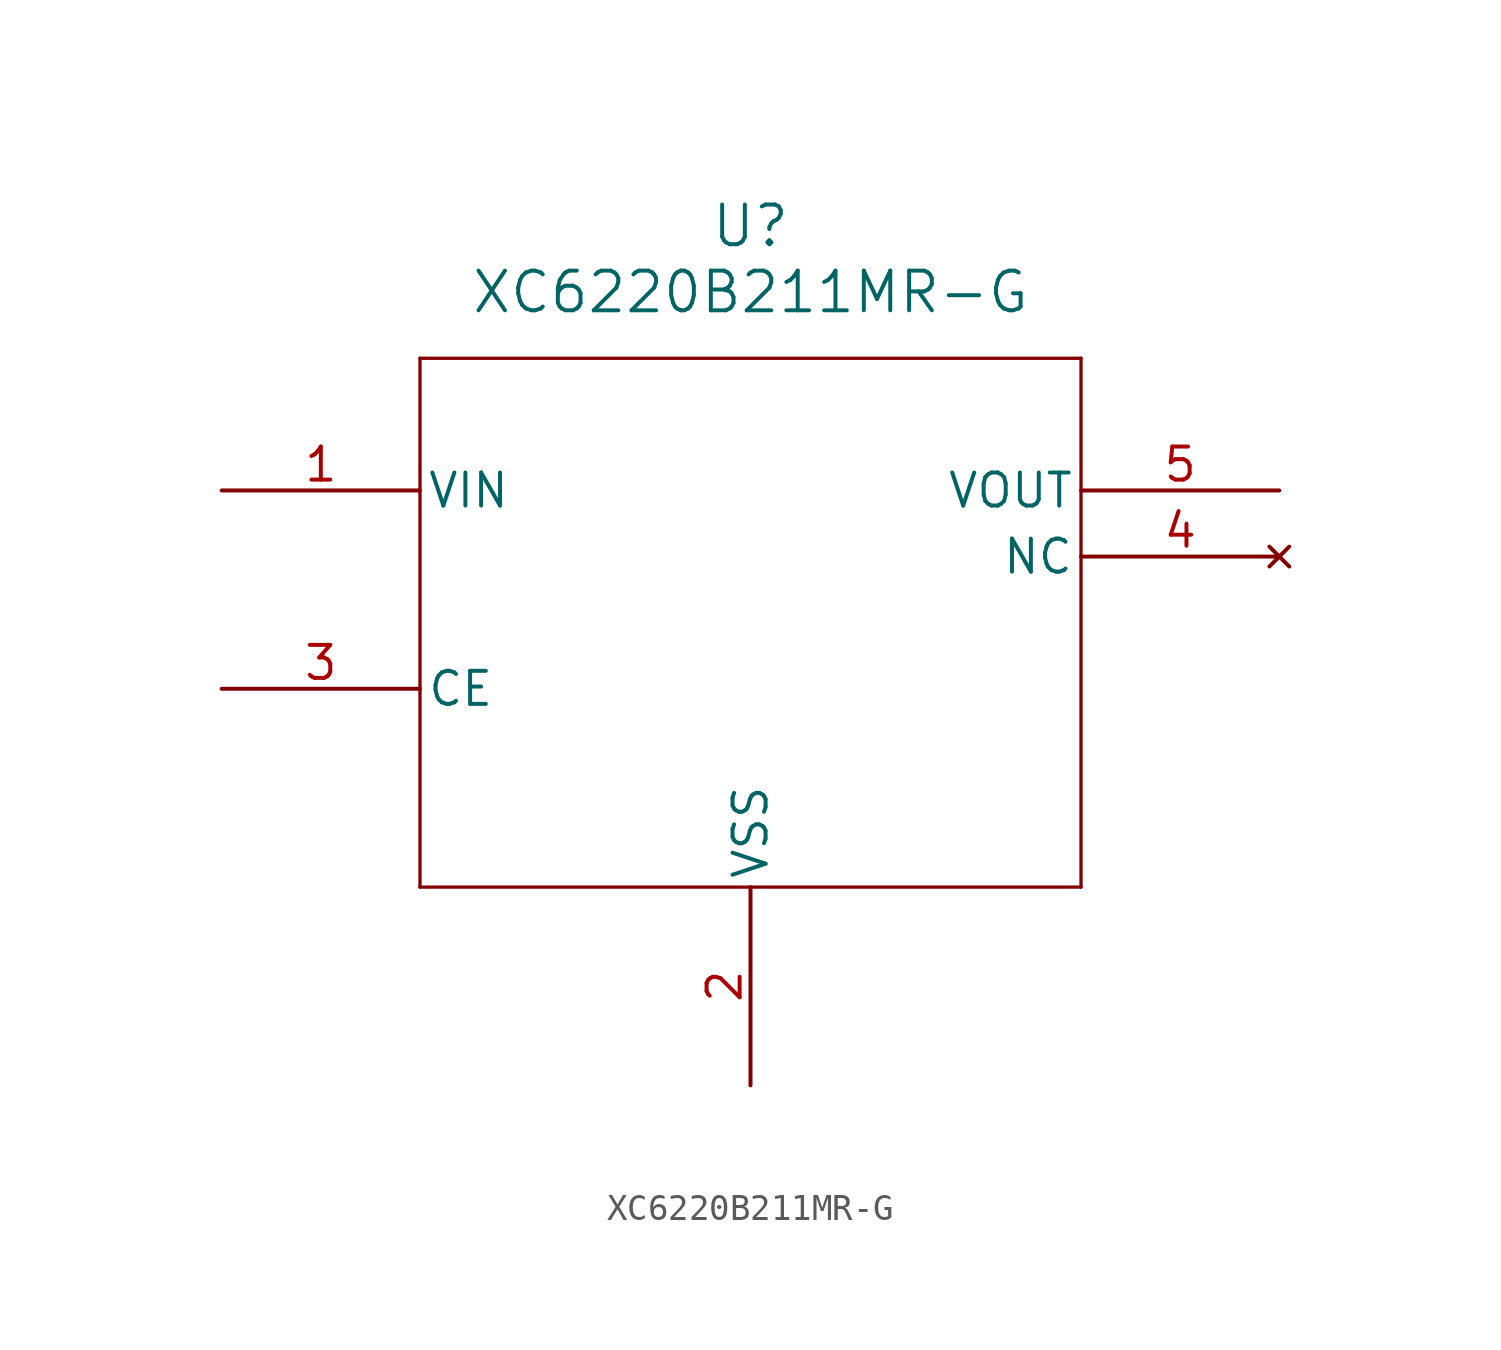
<source format=kicad_sym>
(kicad_symbol_lib
  (version 20211014)
  (generator kicad_symbol_editor)
  (symbol "XC6220B211MR-G"
    (pin_names
      (offset 0.254))
    (property "Reference" "U"
      (at 20.32 10.16 0)
      (effects (font (size 1.524 1.524))))
    (property "Value" "XC6220B211MR-G"
      (at 20.32 7.62 0)
      (effects (font (size 1.524 1.524))))
    (symbol "XC6220B211MR-G_0_1"
      (polyline (pts (xy 7.62 5.08) (xy 7.62 -15.24)) (stroke (width 0.127) (type default) (color 0 0 0 0)) (fill (type none)))
      (polyline (pts (xy 7.62 -15.24) (xy 33.02 -15.24)) (stroke (width 0.127) (type default) (color 0 0 0 0)) (fill (type none)))
      (polyline (pts (xy 33.02 -15.24) (xy 33.02 5.08)) (stroke (width 0.127) (type default) (color 0 0 0 0)) (fill (type none)))
      (polyline (pts (xy 33.02 5.08) (xy 7.62 5.08)) (stroke (width 0.127) (type default) (color 0 0 0 0)) (fill (type none)))
      (pin power_in line (at 0 0 0) (length 7.62) (name "VIN" (effects (font (size 1.27 1.27)))) (number "1" (effects (font (size 1.27 1.27)))))
      (pin power_out line (at 20.32 -22.86 90) (length 7.62) (name "VSS" (effects (font (size 1.27 1.27)))) (number "2" (effects (font (size 1.27 1.27)))))
      (pin unspecified line (at 0 -7.62 0) (length 7.62) (name "CE" (effects (font (size 1.27 1.27)))) (number "3" (effects (font (size 1.27 1.27)))))
      (pin no_connect line (at 40.64 -2.54 180) (length 7.62) (name "NC" (effects (font (size 1.27 1.27)))) (number "4" (effects (font (size 1.27 1.27)))))
      (pin output line (at 40.64 0 180) (length 7.62) (name "VOUT" (effects (font (size 1.27 1.27)))) (number "5" (effects (font (size 1.27 1.27))))))))
</source>
